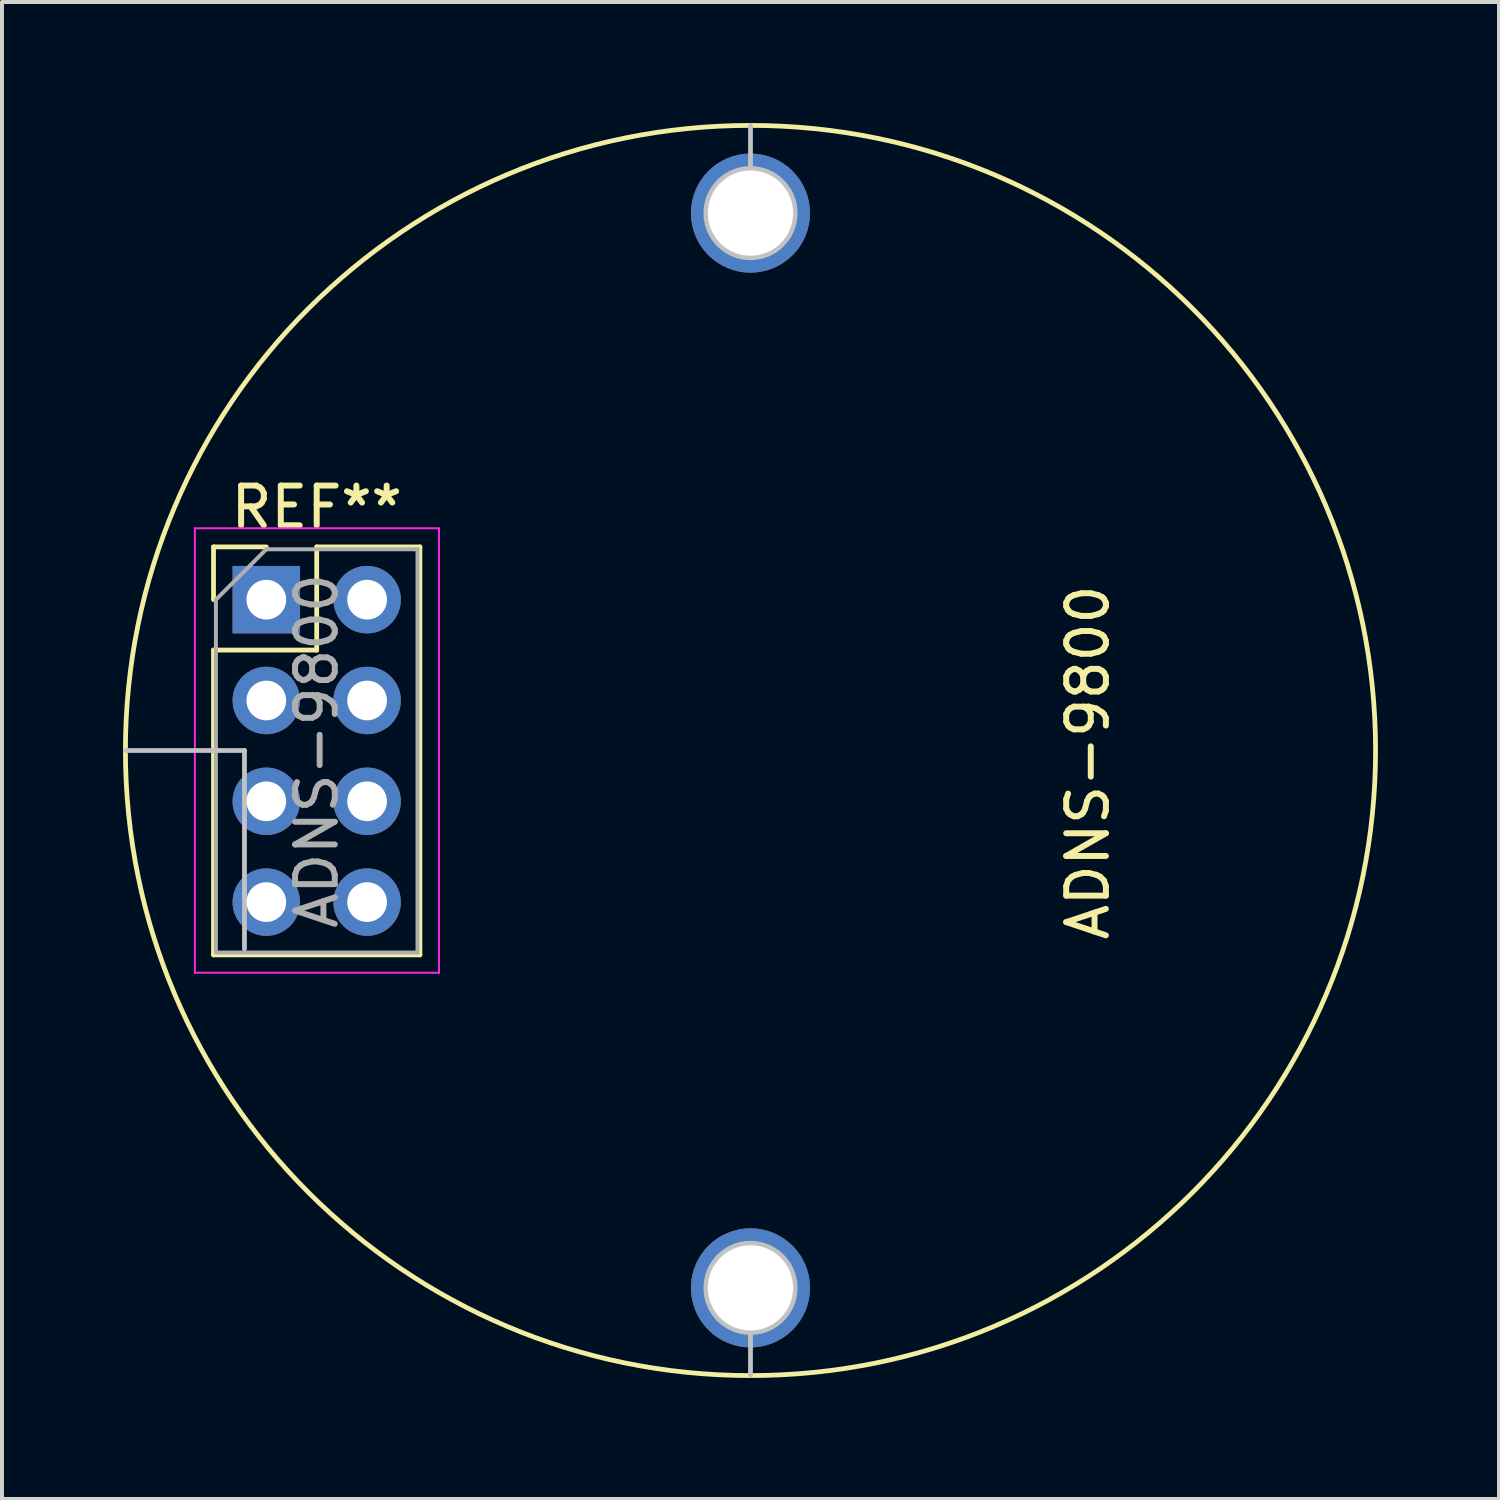
<source format=kicad_pcb>
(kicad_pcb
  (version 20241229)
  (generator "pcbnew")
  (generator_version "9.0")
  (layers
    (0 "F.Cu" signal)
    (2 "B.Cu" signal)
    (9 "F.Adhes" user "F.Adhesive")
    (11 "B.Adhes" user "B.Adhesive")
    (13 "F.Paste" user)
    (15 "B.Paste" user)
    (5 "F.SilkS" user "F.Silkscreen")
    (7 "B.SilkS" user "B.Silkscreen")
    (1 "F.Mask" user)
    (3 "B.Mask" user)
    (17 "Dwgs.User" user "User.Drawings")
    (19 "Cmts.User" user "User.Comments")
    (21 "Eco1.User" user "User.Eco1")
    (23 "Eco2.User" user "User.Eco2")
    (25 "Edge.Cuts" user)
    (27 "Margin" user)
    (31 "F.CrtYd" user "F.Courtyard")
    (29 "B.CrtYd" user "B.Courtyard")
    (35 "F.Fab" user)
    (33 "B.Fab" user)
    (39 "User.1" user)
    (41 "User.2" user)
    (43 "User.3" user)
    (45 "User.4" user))
  (footprint "ADNS-9800"
    (layer "F.Cu")
    (at 15.86 15.86)
    (property "Reference" "ADNS-9800" (at 8.5 0.3 270) (layer "F.SilkS") (effects (font (size 1 1) (thickness 0.15))))
    (attr through_hole)
    (fp_line (start -13.53 -5.13) (end -12.2 -5.13) (stroke (width 0.12) (type solid)) (layer "F.SilkS"))
    (fp_line (start -13.53 -3.8) (end -13.53 -5.13) (stroke (width 0.12) (type solid)) (layer "F.SilkS"))
    (fp_line (start -13.53 -2.53) (end -13.53 5.15) (stroke (width 0.12) (type solid)) (layer "F.SilkS"))
    (fp_line (start -13.53 -2.53) (end -10.93 -2.53) (stroke (width 0.12) (type solid)) (layer "F.SilkS"))
    (fp_line (start -13.53 5.15) (end -8.33 5.15) (stroke (width 0.12) (type solid)) (layer "F.SilkS"))
    (fp_line (start -10.93 -5.13) (end -8.33 -5.13) (stroke (width 0.12) (type solid)) (layer "F.SilkS"))
    (fp_line (start -10.93 -2.53) (end -10.93 -5.13) (stroke (width 0.12) (type solid)) (layer "F.SilkS"))
    (fp_line (start -8.33 -5.13) (end -8.33 5.15) (stroke (width 0.12) (type solid)) (layer "F.SilkS"))
    (fp_circle (center 0 0) (end 0 15.75) (stroke (width 0.12) (type solid)) (fill no) (layer "F.SilkS"))
    (fp_line (start -15.8 0) (end 15.8 0) (stroke (width 0.12) (type solid)) (layer "B.Paste"))
    (fp_line (start 0 15.8) (end 0 -15.8) (stroke (width 0.12) (type solid)) (layer "B.Paste"))
    (fp_line (start -15.75 0) (end -12.75 0) (stroke (width 0.12) (type solid)) (layer "Dwgs.User"))
    (fp_line (start -12.75 0) (end -12.75 5) (stroke (width 0.12) (type solid)) (layer "Dwgs.User"))
    (fp_line (start 0 -15.75) (end 0 -14.5) (stroke (width 0.12) (type solid)) (layer "Dwgs.User"))
    (fp_line (start 0 15.75) (end 0 14.5) (stroke (width 0.12) (type solid)) (layer "Dwgs.User"))
    (fp_circle (center 0 -13.54) (end 0 -12.415) (stroke (width 0.12) (type solid)) (fill no) (layer "Dwgs.User"))
    (fp_circle (center 0 13.54) (end 0 14.665) (stroke (width 0.12) (type solid)) (fill no) (layer "Dwgs.User"))
    (fp_line (start -14 -5.6) (end -14 5.6) (stroke (width 0.05) (type solid)) (layer "F.CrtYd"))
    (fp_line (start -14 5.6) (end -7.85 5.6) (stroke (width 0.05) (type solid)) (layer "F.CrtYd"))
    (fp_line (start -7.85 -5.6) (end -14 -5.6) (stroke (width 0.05) (type solid)) (layer "F.CrtYd"))
    (fp_line (start -7.85 5.6) (end -7.85 -5.6) (stroke (width 0.05) (type solid)) (layer "F.CrtYd"))
    (fp_line (start -13.47 -3.8) (end -12.2 -5.07) (stroke (width 0.1) (type solid)) (layer "F.Fab"))
    (fp_line (start -13.47 5.09) (end -13.47 -3.8) (stroke (width 0.1) (type solid)) (layer "F.Fab"))
    (fp_line (start -12.2 -5.07) (end -8.39 -5.07) (stroke (width 0.1) (type solid)) (layer "F.Fab"))
    (fp_line (start -8.39 -5.07) (end -8.39 5.09) (stroke (width 0.1) (type solid)) (layer "F.Fab"))
    (fp_line (start -8.39 5.09) (end -13.47 5.09) (stroke (width 0.1) (type solid)) (layer "F.Fab"))
    (fp_text user "REF**" (at -10.93 -6.13 0) (layer "F.SilkS") (effects (font (size 1 1) (thickness 0.15))))
    (fp_text user "${REFERENCE}" (at -10.93 0.01 90) (layer "F.Fab") (effects (font (size 1 1) (thickness 0.15))))
    (pad "" thru_hole circle (at 0 -13.54 270) (size 3 3) (drill 2.15) (layers "*.Cu" "*.Mask"))
    (pad "" thru_hole circle (at 0 13.54 270) (size 3 3) (drill 2.15) (layers "*.Cu" "*.Mask"))
    (pad "1" thru_hole rect (at -12.2 -3.8) (size 1.7 1.7) (drill 1) (layers "*.Cu" "*.Mask"))
    (pad "2" thru_hole oval (at -9.66 -3.8) (size 1.7 1.7) (drill 1) (layers "*.Cu" "*.Mask"))
    (pad "3" thru_hole oval (at -12.2 -1.26) (size 1.7 1.7) (drill 1) (layers "*.Cu" "*.Mask"))
    (pad "4" thru_hole oval (at -9.66 -1.26) (size 1.7 1.7) (drill 1) (layers "*.Cu" "*.Mask"))
    (pad "5" thru_hole oval (at -12.2 1.28) (size 1.7 1.7) (drill 1) (layers "*.Cu" "*.Mask"))
    (pad "6" thru_hole oval (at -9.66 1.28) (size 1.7 1.7) (drill 1) (layers "*.Cu" "*.Mask"))
    (pad "7" thru_hole oval (at -12.2 3.82) (size 1.7 1.7) (drill 1) (layers "*.Cu" "*.Mask"))
    (pad "8" thru_hole oval (at -9.66 3.82) (size 1.7 1.7) (drill 1) (layers "*.Cu" "*.Mask")))
  (gr_rect
    (start -3 -3)
    (end 34.72 34.72)
    (stroke (width 0.1) (type default))
    (fill no)
    (layer "Edge.Cuts")))
</source>
